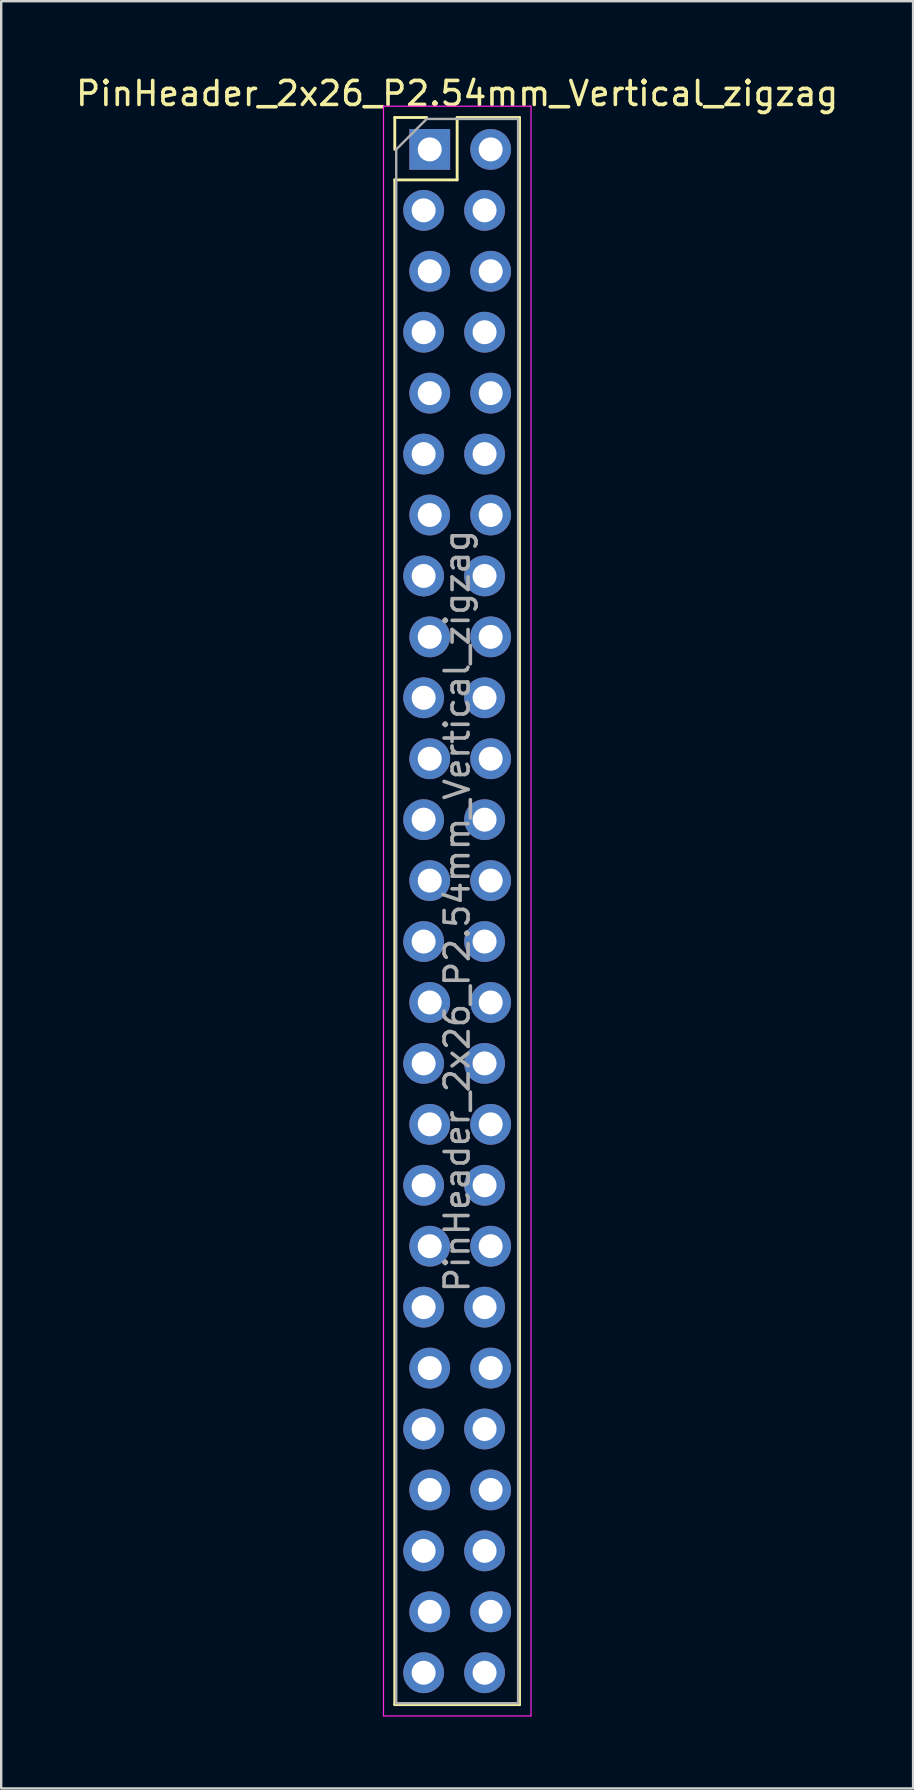
<source format=kicad_pcb>
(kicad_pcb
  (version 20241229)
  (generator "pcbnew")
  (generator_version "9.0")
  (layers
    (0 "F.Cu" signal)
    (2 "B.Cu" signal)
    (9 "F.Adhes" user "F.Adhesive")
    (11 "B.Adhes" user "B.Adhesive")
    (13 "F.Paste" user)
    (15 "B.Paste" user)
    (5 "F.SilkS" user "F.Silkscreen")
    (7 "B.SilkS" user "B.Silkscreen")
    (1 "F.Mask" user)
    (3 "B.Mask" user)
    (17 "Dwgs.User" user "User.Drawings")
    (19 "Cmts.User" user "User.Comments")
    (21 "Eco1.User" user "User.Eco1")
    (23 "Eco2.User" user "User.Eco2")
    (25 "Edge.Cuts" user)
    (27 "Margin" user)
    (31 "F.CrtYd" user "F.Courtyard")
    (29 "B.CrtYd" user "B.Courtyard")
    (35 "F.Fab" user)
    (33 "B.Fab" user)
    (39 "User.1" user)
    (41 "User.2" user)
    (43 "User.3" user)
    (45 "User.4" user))
  (footprint "PinHeader_2x26_P2.54mm_Vertical_zigzag"
    (layer "F.Cu")
    (at 14.736 3.178)
    (property "Reference" "PinHeader_2x26_P2.54mm_Vertical_zigzag" (at 1.27 -2.33 0) (layer "F.SilkS") (effects (font (size 1 1) (thickness 0.15))))
    (attr through_hole)
    (fp_line (start -1.33 -1.33) (end 0 -1.33) (stroke (width 0.12) (type solid)) (layer "F.SilkS"))
    (fp_line (start -1.33 0) (end -1.33 -1.33) (stroke (width 0.12) (type solid)) (layer "F.SilkS"))
    (fp_line (start -1.33 1.27) (end -1.33 64.83) (stroke (width 0.12) (type solid)) (layer "F.SilkS"))
    (fp_line (start -1.33 1.27) (end 1.27 1.27) (stroke (width 0.12) (type solid)) (layer "F.SilkS"))
    (fp_line (start -1.33 64.83) (end 3.87 64.83) (stroke (width 0.12) (type solid)) (layer "F.SilkS"))
    (fp_line (start 1.27 -1.33) (end 3.87 -1.33) (stroke (width 0.12) (type solid)) (layer "F.SilkS"))
    (fp_line (start 1.27 1.27) (end 1.27 -1.33) (stroke (width 0.12) (type solid)) (layer "F.SilkS"))
    (fp_line (start 3.87 -1.33) (end 3.87 64.83) (stroke (width 0.12) (type solid)) (layer "F.SilkS"))
    (fp_line (start -1.8 -1.8) (end -1.8 65.3) (stroke (width 0.05) (type solid)) (layer "F.CrtYd"))
    (fp_line (start -1.8 65.3) (end 4.35 65.3) (stroke (width 0.05) (type solid)) (layer "F.CrtYd"))
    (fp_line (start 4.35 -1.8) (end -1.8 -1.8) (stroke (width 0.05) (type solid)) (layer "F.CrtYd"))
    (fp_line (start 4.35 65.3) (end 4.35 -1.8) (stroke (width 0.05) (type solid)) (layer "F.CrtYd"))
    (fp_line (start -1.27 0) (end 0 -1.27) (stroke (width 0.1) (type solid)) (layer "F.Fab"))
    (fp_line (start -1.27 64.77) (end -1.27 0) (stroke (width 0.1) (type solid)) (layer "F.Fab"))
    (fp_line (start 0 -1.27) (end 3.81 -1.27) (stroke (width 0.1) (type solid)) (layer "F.Fab"))
    (fp_line (start 3.81 -1.27) (end 3.81 64.77) (stroke (width 0.1) (type solid)) (layer "F.Fab"))
    (fp_line (start 3.81 64.77) (end -1.27 64.77) (stroke (width 0.1) (type solid)) (layer "F.Fab"))
    (fp_text user "${REFERENCE}" (at 1.27 31.75 90) (layer "F.Fab") (effects (font (size 1 1) (thickness 0.15))))
    (pad "1" thru_hole rect (at 0.127 0) (size 1.7 1.7) (drill 1) (layers "*.Cu" "*.Mask"))
    (pad "2" thru_hole oval (at 2.667 0) (size 1.7 1.7) (drill 1) (layers "*.Cu" "*.Mask"))
    (pad "3" thru_hole oval (at -0.127 2.54) (size 1.7 1.7) (drill 1) (layers "*.Cu" "*.Mask"))
    (pad "4" thru_hole oval (at 2.413 2.54) (size 1.7 1.7) (drill 1) (layers "*.Cu" "*.Mask"))
    (pad "5" thru_hole oval (at 0.127 5.08) (size 1.7 1.7) (drill 1) (layers "*.Cu" "*.Mask"))
    (pad "6" thru_hole oval (at 2.667 5.08) (size 1.7 1.7) (drill 1) (layers "*.Cu" "*.Mask"))
    (pad "7" thru_hole oval (at -0.127 7.62) (size 1.7 1.7) (drill 1) (layers "*.Cu" "*.Mask"))
    (pad "8" thru_hole oval (at 2.413 7.62) (size 1.7 1.7) (drill 1) (layers "*.Cu" "*.Mask"))
    (pad "9" thru_hole oval (at 0.127 10.16) (size 1.7 1.7) (drill 1) (layers "*.Cu" "*.Mask"))
    (pad "10" thru_hole oval (at 2.667 10.16) (size 1.7 1.7) (drill 1) (layers "*.Cu" "*.Mask"))
    (pad "11" thru_hole oval (at -0.127 12.7) (size 1.7 1.7) (drill 1) (layers "*.Cu" "*.Mask"))
    (pad "12" thru_hole oval (at 2.413 12.7) (size 1.7 1.7) (drill 1) (layers "*.Cu" "*.Mask"))
    (pad "13" thru_hole oval (at 0.127 15.24) (size 1.7 1.7) (drill 1) (layers "*.Cu" "*.Mask"))
    (pad "14" thru_hole oval (at 2.667 15.24) (size 1.7 1.7) (drill 1) (layers "*.Cu" "*.Mask"))
    (pad "15" thru_hole oval (at -0.127 17.78) (size 1.7 1.7) (drill 1) (layers "*.Cu" "*.Mask"))
    (pad "16" thru_hole oval (at 2.413 17.78) (size 1.7 1.7) (drill 1) (layers "*.Cu" "*.Mask"))
    (pad "17" thru_hole oval (at 0.127 20.32) (size 1.7 1.7) (drill 1) (layers "*.Cu" "*.Mask"))
    (pad "18" thru_hole oval (at 2.667 20.32) (size 1.7 1.7) (drill 1) (layers "*.Cu" "*.Mask"))
    (pad "19" thru_hole oval (at -0.127 22.86) (size 1.7 1.7) (drill 1) (layers "*.Cu" "*.Mask"))
    (pad "20" thru_hole oval (at 2.413 22.86) (size 1.7 1.7) (drill 1) (layers "*.Cu" "*.Mask"))
    (pad "21" thru_hole oval (at 0.127 25.4) (size 1.7 1.7) (drill 1) (layers "*.Cu" "*.Mask"))
    (pad "22" thru_hole oval (at 2.667 25.4) (size 1.7 1.7) (drill 1) (layers "*.Cu" "*.Mask"))
    (pad "23" thru_hole oval (at -0.127 27.94) (size 1.7 1.7) (drill 1) (layers "*.Cu" "*.Mask"))
    (pad "24" thru_hole oval (at 2.413 27.94) (size 1.7 1.7) (drill 1) (layers "*.Cu" "*.Mask"))
    (pad "25" thru_hole oval (at 0.127 30.48) (size 1.7 1.7) (drill 1) (layers "*.Cu" "*.Mask"))
    (pad "26" thru_hole oval (at 2.667 30.48) (size 1.7 1.7) (drill 1) (layers "*.Cu" "*.Mask"))
    (pad "27" thru_hole oval (at -0.127 33.02) (size 1.7 1.7) (drill 1) (layers "*.Cu" "*.Mask"))
    (pad "28" thru_hole oval (at 2.413 33.02) (size 1.7 1.7) (drill 1) (layers "*.Cu" "*.Mask"))
    (pad "29" thru_hole oval (at 0.127 35.56) (size 1.7 1.7) (drill 1) (layers "*.Cu" "*.Mask"))
    (pad "30" thru_hole oval (at 2.667 35.56) (size 1.7 1.7) (drill 1) (layers "*.Cu" "*.Mask"))
    (pad "31" thru_hole oval (at -0.127 38.1) (size 1.7 1.7) (drill 1) (layers "*.Cu" "*.Mask"))
    (pad "32" thru_hole oval (at 2.413 38.1) (size 1.7 1.7) (drill 1) (layers "*.Cu" "*.Mask"))
    (pad "33" thru_hole oval (at 0.127 40.64) (size 1.7 1.7) (drill 1) (layers "*.Cu" "*.Mask"))
    (pad "34" thru_hole oval (at 2.667 40.64) (size 1.7 1.7) (drill 1) (layers "*.Cu" "*.Mask"))
    (pad "35" thru_hole oval (at -0.127 43.18) (size 1.7 1.7) (drill 1) (layers "*.Cu" "*.Mask"))
    (pad "36" thru_hole oval (at 2.413 43.18) (size 1.7 1.7) (drill 1) (layers "*.Cu" "*.Mask"))
    (pad "37" thru_hole oval (at 0.127 45.72) (size 1.7 1.7) (drill 1) (layers "*.Cu" "*.Mask"))
    (pad "38" thru_hole oval (at 2.667 45.72) (size 1.7 1.7) (drill 1) (layers "*.Cu" "*.Mask"))
    (pad "39" thru_hole oval (at -0.127 48.26) (size 1.7 1.7) (drill 1) (layers "*.Cu" "*.Mask"))
    (pad "40" thru_hole oval (at 2.413 48.26) (size 1.7 1.7) (drill 1) (layers "*.Cu" "*.Mask"))
    (pad "41" thru_hole oval (at 0.127 50.8) (size 1.7 1.7) (drill 1) (layers "*.Cu" "*.Mask"))
    (pad "42" thru_hole oval (at 2.667 50.8) (size 1.7 1.7) (drill 1) (layers "*.Cu" "*.Mask"))
    (pad "43" thru_hole oval (at -0.127 53.34) (size 1.7 1.7) (drill 1) (layers "*.Cu" "*.Mask"))
    (pad "44" thru_hole oval (at 2.413 53.34) (size 1.7 1.7) (drill 1) (layers "*.Cu" "*.Mask"))
    (pad "45" thru_hole oval (at 0.127 55.88) (size 1.7 1.7) (drill 1) (layers "*.Cu" "*.Mask"))
    (pad "46" thru_hole oval (at 2.667 55.88) (size 1.7 1.7) (drill 1) (layers "*.Cu" "*.Mask"))
    (pad "47" thru_hole oval (at -0.127 58.42) (size 1.7 1.7) (drill 1) (layers "*.Cu" "*.Mask"))
    (pad "48" thru_hole oval (at 2.413 58.42) (size 1.7 1.7) (drill 1) (layers "*.Cu" "*.Mask"))
    (pad "49" thru_hole oval (at 0.127 60.96) (size 1.7 1.7) (drill 1) (layers "*.Cu" "*.Mask"))
    (pad "50" thru_hole oval (at 2.667 60.96) (size 1.7 1.7) (drill 1) (layers "*.Cu" "*.Mask"))
    (pad "51" thru_hole oval (at -0.127 63.5) (size 1.7 1.7) (drill 1) (layers "*.Cu" "*.Mask"))
    (pad "52" thru_hole oval (at 2.413 63.5) (size 1.7 1.7) (drill 1) (layers "*.Cu" "*.Mask")))
  (gr_rect
    (start -3 -3)
    (end 35.012 71.503)
    (stroke (width 0.1) (type default))
    (fill no)
    (layer "Edge.Cuts")))
</source>
